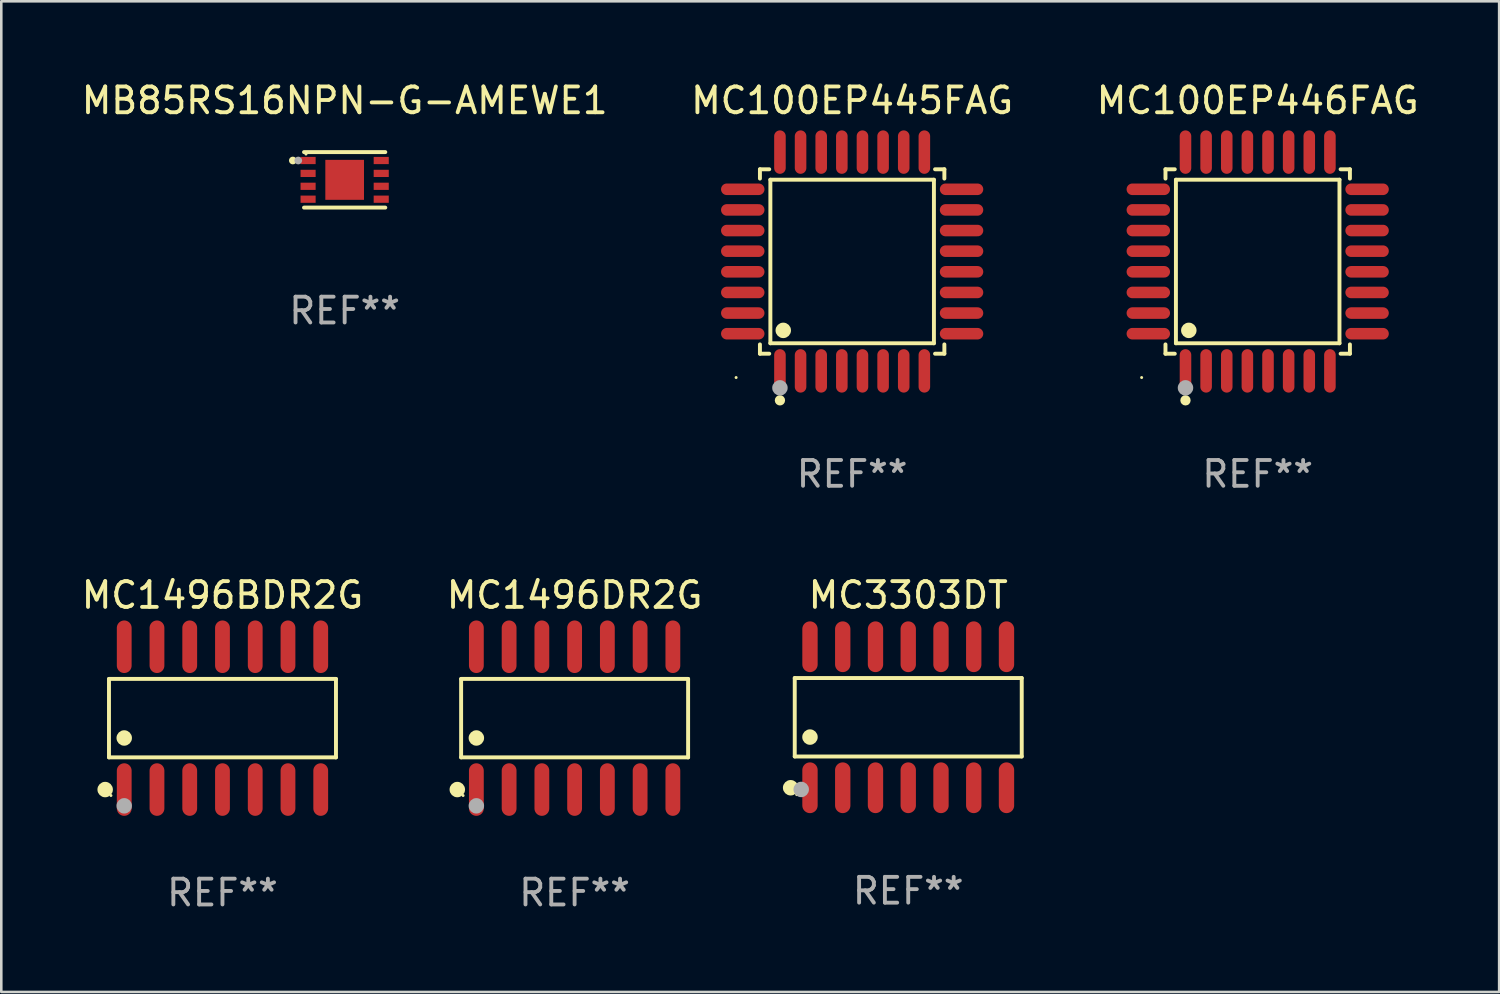
<source format=kicad_pcb>
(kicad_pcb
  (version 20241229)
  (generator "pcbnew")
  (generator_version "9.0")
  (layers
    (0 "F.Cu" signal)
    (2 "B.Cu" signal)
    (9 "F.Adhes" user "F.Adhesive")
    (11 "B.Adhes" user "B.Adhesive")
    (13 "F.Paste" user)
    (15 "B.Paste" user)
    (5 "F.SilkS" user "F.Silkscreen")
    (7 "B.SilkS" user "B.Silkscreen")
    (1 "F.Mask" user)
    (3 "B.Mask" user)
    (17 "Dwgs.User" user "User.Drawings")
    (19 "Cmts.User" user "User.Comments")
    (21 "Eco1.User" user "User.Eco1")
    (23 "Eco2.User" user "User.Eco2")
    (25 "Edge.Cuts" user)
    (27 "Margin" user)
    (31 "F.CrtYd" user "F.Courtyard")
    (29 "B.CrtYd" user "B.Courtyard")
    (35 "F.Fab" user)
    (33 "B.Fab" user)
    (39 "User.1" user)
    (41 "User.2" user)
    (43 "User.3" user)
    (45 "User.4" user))
  (footprint "MC3303DT"
    (layer "F.Cu")
    (at 32.169 24.763)
    (property "Reference" "MC3303DT" (at 0 -4.734 0) (layer "F.SilkS") (effects (font (size 1 1) (thickness 0.15))))
    (attr through_hole)
    (fp_line (start -4.401 -1.521) (end 4.401 -1.521) (stroke (width 0.152) (type solid)) (layer "F.SilkS"))
    (fp_line (start -4.401 1.521) (end -4.401 -1.521) (stroke (width 0.152) (type solid)) (layer "F.SilkS"))
    (fp_line (start 4.401 -1.521) (end 4.401 1.521) (stroke (width 0.152) (type solid)) (layer "F.SilkS"))
    (fp_line (start 4.401 1.521) (end -4.401 1.521) (stroke (width 0.152) (type solid)) (layer "F.SilkS"))
    (fp_circle (center -4.56 2.734) (end -4.41 2.734) (stroke (width 0.3) (type solid)) (fill no) (layer "F.SilkS"))
    (fp_circle (center -4.325 3) (end -4.295 3) (stroke (width 0.06) (type solid)) (fill no) (layer "F.SilkS"))
    (fp_circle (center -3.81 0.769) (end -3.66 0.769) (stroke (width 0.3) (type solid)) (fill no) (layer "F.SilkS"))
    (fp_circle (center -4.15 2.8) (end -4 2.8) (stroke (width 0.3) (type solid)) (fill no) (layer "F.Fab"))
    (fp_text user "REF**" (at 0 6.734 0) (layer "F.Fab") (effects (font (size 1 1) (thickness 0.15))))
    (pad "1" smd oval (at -3.81 2.734) (size 0.595 1.968) (layers "F.Cu" "F.Mask" "F.Paste"))
    (pad "2" smd oval (at -2.54 2.734) (size 0.595 1.968) (layers "F.Cu" "F.Mask" "F.Paste"))
    (pad "3" smd oval (at -1.27 2.734) (size 0.595 1.968) (layers "F.Cu" "F.Mask" "F.Paste"))
    (pad "4" smd oval (at 0 2.734) (size 0.595 1.968) (layers "F.Cu" "F.Mask" "F.Paste"))
    (pad "5" smd oval (at 1.27 2.734) (size 0.595 1.968) (layers "F.Cu" "F.Mask" "F.Paste"))
    (pad "6" smd oval (at 2.54 2.734) (size 0.595 1.968) (layers "F.Cu" "F.Mask" "F.Paste"))
    (pad "7" smd oval (at 3.81 2.734) (size 0.595 1.968) (layers "F.Cu" "F.Mask" "F.Paste"))
    (pad "8" smd oval (at 3.81 -2.734) (size 0.595 1.968) (layers "F.Cu" "F.Mask" "F.Paste"))
    (pad "9" smd oval (at 2.54 -2.734) (size 0.595 1.968) (layers "F.Cu" "F.Mask" "F.Paste"))
    (pad "10" smd oval (at 1.27 -2.734) (size 0.595 1.968) (layers "F.Cu" "F.Mask" "F.Paste"))
    (pad "11" smd oval (at 0 -2.734) (size 0.595 1.968) (layers "F.Cu" "F.Mask" "F.Paste"))
    (pad "12" smd oval (at -1.27 -2.734) (size 0.595 1.968) (layers "F.Cu" "F.Mask" "F.Paste"))
    (pad "13" smd oval (at -2.54 -2.734) (size 0.595 1.968) (layers "F.Cu" "F.Mask" "F.Paste"))
    (pad "14" smd oval (at -3.81 -2.734) (size 0.595 1.968) (layers "F.Cu" "F.Mask" "F.Paste")))
  (footprint "MC100EP445FAG"
    (layer "F.Cu")
    (at 29.994 7.09)
    (property "Reference" "MC100EP445FAG" (at 0 -6.242 0) (layer "F.SilkS") (effects (font (size 1 1) (thickness 0.15))))
    (attr through_hole)
    (fp_line (start -3.576 -3.576) (end -3.215 -3.576) (stroke (width 0.152) (type solid)) (layer "F.SilkS"))
    (fp_line (start -3.576 -3.215) (end -3.576 -3.576) (stroke (width 0.152) (type solid)) (layer "F.SilkS"))
    (fp_line (start -3.576 3.215) (end -3.576 3.576) (stroke (width 0.152) (type solid)) (layer "F.SilkS"))
    (fp_line (start -3.576 3.576) (end -3.215 3.576) (stroke (width 0.152) (type solid)) (layer "F.SilkS"))
    (fp_line (start -3.171 -3.171) (end 3.171 -3.171) (stroke (width 0.152) (type solid)) (layer "F.SilkS"))
    (fp_line (start -3.171 3.171) (end -3.171 -3.171) (stroke (width 0.152) (type solid)) (layer "F.SilkS"))
    (fp_line (start 3.171 -3.171) (end 3.171 3.171) (stroke (width 0.152) (type solid)) (layer "F.SilkS"))
    (fp_line (start 3.171 3.171) (end -3.171 3.171) (stroke (width 0.152) (type solid)) (layer "F.SilkS"))
    (fp_line (start 3.576 -3.576) (end 3.215 -3.576) (stroke (width 0.152) (type solid)) (layer "F.SilkS"))
    (fp_line (start 3.576 -3.215) (end 3.576 -3.576) (stroke (width 0.152) (type solid)) (layer "F.SilkS"))
    (fp_line (start 3.576 3.215) (end 3.576 3.576) (stroke (width 0.152) (type solid)) (layer "F.SilkS"))
    (fp_line (start 3.576 3.576) (end 3.215 3.576) (stroke (width 0.152) (type solid)) (layer "F.SilkS"))
    (fp_circle (center -4.5 4.5) (end -4.47 4.5) (stroke (width 0.06) (type solid)) (fill no) (layer "F.SilkS"))
    (fp_circle (center -2.8 5.384) (end -2.7 5.384) (stroke (width 0.2) (type solid)) (fill no) (layer "F.SilkS"))
    (fp_circle (center -2.671 2.671) (end -2.521 2.671) (stroke (width 0.3) (type solid)) (fill no) (layer "F.SilkS"))
    (fp_circle (center -2.8 4.9) (end -2.65 4.9) (stroke (width 0.3) (type solid)) (fill no) (layer "F.Fab"))
    (fp_text user "REF**" (at 0 8.242 0) (layer "F.Fab") (effects (font (size 1 1) (thickness 0.15))))
    (pad "1" smd oval (at -2.8 4.242) (size 0.448 1.684) (layers "F.Cu" "F.Mask" "F.Paste"))
    (pad "2" smd oval (at -2 4.242) (size 0.448 1.684) (layers "F.Cu" "F.Mask" "F.Paste"))
    (pad "3" smd oval (at -1.2 4.242) (size 0.448 1.684) (layers "F.Cu" "F.Mask" "F.Paste"))
    (pad "4" smd oval (at -0.4 4.242) (size 0.448 1.684) (layers "F.Cu" "F.Mask" "F.Paste"))
    (pad "5" smd oval (at 0.4 4.242) (size 0.448 1.684) (layers "F.Cu" "F.Mask" "F.Paste"))
    (pad "6" smd oval (at 1.2 4.242) (size 0.448 1.684) (layers "F.Cu" "F.Mask" "F.Paste"))
    (pad "7" smd oval (at 2 4.242) (size 0.448 1.684) (layers "F.Cu" "F.Mask" "F.Paste"))
    (pad "8" smd oval (at 2.8 4.242) (size 0.448 1.684) (layers "F.Cu" "F.Mask" "F.Paste"))
    (pad "9" smd oval (at 4.242 2.8) (size 1.684 0.448) (layers "F.Cu" "F.Mask" "F.Paste"))
    (pad "10" smd oval (at 4.242 2) (size 1.684 0.448) (layers "F.Cu" "F.Mask" "F.Paste"))
    (pad "11" smd oval (at 4.242 1.2) (size 1.684 0.448) (layers "F.Cu" "F.Mask" "F.Paste"))
    (pad "12" smd oval (at 4.242 0.4) (size 1.684 0.448) (layers "F.Cu" "F.Mask" "F.Paste"))
    (pad "13" smd oval (at 4.242 -0.4) (size 1.684 0.448) (layers "F.Cu" "F.Mask" "F.Paste"))
    (pad "14" smd oval (at 4.242 -1.2) (size 1.684 0.448) (layers "F.Cu" "F.Mask" "F.Paste"))
    (pad "15" smd oval (at 4.242 -2) (size 1.684 0.448) (layers "F.Cu" "F.Mask" "F.Paste"))
    (pad "16" smd oval (at 4.242 -2.8) (size 1.684 0.448) (layers "F.Cu" "F.Mask" "F.Paste"))
    (pad "17" smd oval (at 2.8 -4.242) (size 0.448 1.684) (layers "F.Cu" "F.Mask" "F.Paste"))
    (pad "18" smd oval (at 2 -4.242) (size 0.448 1.684) (layers "F.Cu" "F.Mask" "F.Paste"))
    (pad "19" smd oval (at 1.2 -4.242) (size 0.448 1.684) (layers "F.Cu" "F.Mask" "F.Paste"))
    (pad "20" smd oval (at 0.4 -4.242) (size 0.448 1.684) (layers "F.Cu" "F.Mask" "F.Paste"))
    (pad "21" smd oval (at -0.4 -4.242) (size 0.448 1.684) (layers "F.Cu" "F.Mask" "F.Paste"))
    (pad "22" smd oval (at -1.2 -4.242) (size 0.448 1.684) (layers "F.Cu" "F.Mask" "F.Paste"))
    (pad "23" smd oval (at -2 -4.242) (size 0.448 1.684) (layers "F.Cu" "F.Mask" "F.Paste"))
    (pad "24" smd oval (at -2.8 -4.242) (size 0.448 1.684) (layers "F.Cu" "F.Mask" "F.Paste"))
    (pad "25" smd oval (at -4.242 -2.8) (size 1.684 0.448) (layers "F.Cu" "F.Mask" "F.Paste"))
    (pad "26" smd oval (at -4.242 -2) (size 1.684 0.448) (layers "F.Cu" "F.Mask" "F.Paste"))
    (pad "27" smd oval (at -4.242 -1.2) (size 1.684 0.448) (layers "F.Cu" "F.Mask" "F.Paste"))
    (pad "28" smd oval (at -4.242 -0.4) (size 1.684 0.448) (layers "F.Cu" "F.Mask" "F.Paste"))
    (pad "29" smd oval (at -4.242 0.4) (size 1.684 0.448) (layers "F.Cu" "F.Mask" "F.Paste"))
    (pad "30" smd oval (at -4.242 1.2) (size 1.684 0.448) (layers "F.Cu" "F.Mask" "F.Paste"))
    (pad "31" smd oval (at -4.242 2) (size 1.684 0.448) (layers "F.Cu" "F.Mask" "F.Paste"))
    (pad "32" smd oval (at -4.242 2.8) (size 1.684 0.448) (layers "F.Cu" "F.Mask" "F.Paste")))
  (footprint "MC100EP446FAG"
    (layer "F.Cu")
    (at 45.72 7.09)
    (property "Reference" "MC100EP446FAG" (at 0 -6.242 0) (layer "F.SilkS") (effects (font (size 1 1) (thickness 0.15))))
    (attr through_hole)
    (fp_line (start -3.576 -3.576) (end -3.215 -3.576) (stroke (width 0.152) (type solid)) (layer "F.SilkS"))
    (fp_line (start -3.576 -3.215) (end -3.576 -3.576) (stroke (width 0.152) (type solid)) (layer "F.SilkS"))
    (fp_line (start -3.576 3.215) (end -3.576 3.576) (stroke (width 0.152) (type solid)) (layer "F.SilkS"))
    (fp_line (start -3.576 3.576) (end -3.215 3.576) (stroke (width 0.152) (type solid)) (layer "F.SilkS"))
    (fp_line (start -3.171 -3.171) (end 3.171 -3.171) (stroke (width 0.152) (type solid)) (layer "F.SilkS"))
    (fp_line (start -3.171 3.171) (end -3.171 -3.171) (stroke (width 0.152) (type solid)) (layer "F.SilkS"))
    (fp_line (start 3.171 -3.171) (end 3.171 3.171) (stroke (width 0.152) (type solid)) (layer "F.SilkS"))
    (fp_line (start 3.171 3.171) (end -3.171 3.171) (stroke (width 0.152) (type solid)) (layer "F.SilkS"))
    (fp_line (start 3.576 -3.576) (end 3.215 -3.576) (stroke (width 0.152) (type solid)) (layer "F.SilkS"))
    (fp_line (start 3.576 -3.215) (end 3.576 -3.576) (stroke (width 0.152) (type solid)) (layer "F.SilkS"))
    (fp_line (start 3.576 3.215) (end 3.576 3.576) (stroke (width 0.152) (type solid)) (layer "F.SilkS"))
    (fp_line (start 3.576 3.576) (end 3.215 3.576) (stroke (width 0.152) (type solid)) (layer "F.SilkS"))
    (fp_circle (center -4.5 4.5) (end -4.47 4.5) (stroke (width 0.06) (type solid)) (fill no) (layer "F.SilkS"))
    (fp_circle (center -2.8 5.384) (end -2.7 5.384) (stroke (width 0.2) (type solid)) (fill no) (layer "F.SilkS"))
    (fp_circle (center -2.671 2.671) (end -2.521 2.671) (stroke (width 0.3) (type solid)) (fill no) (layer "F.SilkS"))
    (fp_circle (center -2.8 4.9) (end -2.65 4.9) (stroke (width 0.3) (type solid)) (fill no) (layer "F.Fab"))
    (fp_text user "REF**" (at 0 8.242 0) (layer "F.Fab") (effects (font (size 1 1) (thickness 0.15))))
    (pad "1" smd oval (at -2.8 4.242) (size 0.448 1.684) (layers "F.Cu" "F.Mask" "F.Paste"))
    (pad "2" smd oval (at -2 4.242) (size 0.448 1.684) (layers "F.Cu" "F.Mask" "F.Paste"))
    (pad "3" smd oval (at -1.2 4.242) (size 0.448 1.684) (layers "F.Cu" "F.Mask" "F.Paste"))
    (pad "4" smd oval (at -0.4 4.242) (size 0.448 1.684) (layers "F.Cu" "F.Mask" "F.Paste"))
    (pad "5" smd oval (at 0.4 4.242) (size 0.448 1.684) (layers "F.Cu" "F.Mask" "F.Paste"))
    (pad "6" smd oval (at 1.2 4.242) (size 0.448 1.684) (layers "F.Cu" "F.Mask" "F.Paste"))
    (pad "7" smd oval (at 2 4.242) (size 0.448 1.684) (layers "F.Cu" "F.Mask" "F.Paste"))
    (pad "8" smd oval (at 2.8 4.242) (size 0.448 1.684) (layers "F.Cu" "F.Mask" "F.Paste"))
    (pad "9" smd oval (at 4.242 2.8) (size 1.684 0.448) (layers "F.Cu" "F.Mask" "F.Paste"))
    (pad "10" smd oval (at 4.242 2) (size 1.684 0.448) (layers "F.Cu" "F.Mask" "F.Paste"))
    (pad "11" smd oval (at 4.242 1.2) (size 1.684 0.448) (layers "F.Cu" "F.Mask" "F.Paste"))
    (pad "12" smd oval (at 4.242 0.4) (size 1.684 0.448) (layers "F.Cu" "F.Mask" "F.Paste"))
    (pad "13" smd oval (at 4.242 -0.4) (size 1.684 0.448) (layers "F.Cu" "F.Mask" "F.Paste"))
    (pad "14" smd oval (at 4.242 -1.2) (size 1.684 0.448) (layers "F.Cu" "F.Mask" "F.Paste"))
    (pad "15" smd oval (at 4.242 -2) (size 1.684 0.448) (layers "F.Cu" "F.Mask" "F.Paste"))
    (pad "16" smd oval (at 4.242 -2.8) (size 1.684 0.448) (layers "F.Cu" "F.Mask" "F.Paste"))
    (pad "17" smd oval (at 2.8 -4.242) (size 0.448 1.684) (layers "F.Cu" "F.Mask" "F.Paste"))
    (pad "18" smd oval (at 2 -4.242) (size 0.448 1.684) (layers "F.Cu" "F.Mask" "F.Paste"))
    (pad "19" smd oval (at 1.2 -4.242) (size 0.448 1.684) (layers "F.Cu" "F.Mask" "F.Paste"))
    (pad "20" smd oval (at 0.4 -4.242) (size 0.448 1.684) (layers "F.Cu" "F.Mask" "F.Paste"))
    (pad "21" smd oval (at -0.4 -4.242) (size 0.448 1.684) (layers "F.Cu" "F.Mask" "F.Paste"))
    (pad "22" smd oval (at -1.2 -4.242) (size 0.448 1.684) (layers "F.Cu" "F.Mask" "F.Paste"))
    (pad "23" smd oval (at -2 -4.242) (size 0.448 1.684) (layers "F.Cu" "F.Mask" "F.Paste"))
    (pad "24" smd oval (at -2.8 -4.242) (size 0.448 1.684) (layers "F.Cu" "F.Mask" "F.Paste"))
    (pad "25" smd oval (at -4.242 -2.8) (size 1.684 0.448) (layers "F.Cu" "F.Mask" "F.Paste"))
    (pad "26" smd oval (at -4.242 -2) (size 1.684 0.448) (layers "F.Cu" "F.Mask" "F.Paste"))
    (pad "27" smd oval (at -4.242 -1.2) (size 1.684 0.448) (layers "F.Cu" "F.Mask" "F.Paste"))
    (pad "28" smd oval (at -4.242 -0.4) (size 1.684 0.448) (layers "F.Cu" "F.Mask" "F.Paste"))
    (pad "29" smd oval (at -4.242 0.4) (size 1.684 0.448) (layers "F.Cu" "F.Mask" "F.Paste"))
    (pad "30" smd oval (at -4.242 1.2) (size 1.684 0.448) (layers "F.Cu" "F.Mask" "F.Paste"))
    (pad "31" smd oval (at -4.242 2) (size 1.684 0.448) (layers "F.Cu" "F.Mask" "F.Paste"))
    (pad "32" smd oval (at -4.242 2.8) (size 1.684 0.448) (layers "F.Cu" "F.Mask" "F.Paste")))
  (footprint "MC1496DR2G"
    (layer "F.Cu")
    (at 19.232 24.798)
    (property "Reference" "MC1496DR2G" (at 0 -4.769 0) (layer "F.SilkS") (effects (font (size 1 1) (thickness 0.15))))
    (attr through_hole)
    (fp_line (start -4.401 -1.521) (end 4.401 -1.521) (stroke (width 0.152) (type solid)) (layer "F.SilkS"))
    (fp_line (start -4.401 1.521) (end -4.401 -1.521) (stroke (width 0.152) (type solid)) (layer "F.SilkS"))
    (fp_line (start 4.401 -1.521) (end 4.401 1.521) (stroke (width 0.152) (type solid)) (layer "F.SilkS"))
    (fp_line (start 4.401 1.521) (end -4.401 1.521) (stroke (width 0.152) (type solid)) (layer "F.SilkS"))
    (fp_circle (center -4.549 2.769) (end -4.399 2.769) (stroke (width 0.3) (type solid)) (fill no) (layer "F.SilkS"))
    (fp_circle (center -4.325 3) (end -4.295 3) (stroke (width 0.06) (type solid)) (fill no) (layer "F.SilkS"))
    (fp_circle (center -3.81 0.769) (end -3.66 0.769) (stroke (width 0.3) (type solid)) (fill no) (layer "F.SilkS"))
    (fp_circle (center -3.81 3.4) (end -3.66 3.4) (stroke (width 0.3) (type solid)) (fill no) (layer "F.Fab"))
    (fp_text user "REF**" (at 0 6.769 0) (layer "F.Fab") (effects (font (size 1 1) (thickness 0.15))))
    (pad "1" smd oval (at -3.81 2.769) (size 0.574 2.038) (layers "F.Cu" "F.Mask" "F.Paste"))
    (pad "2" smd oval (at -2.54 2.769) (size 0.574 2.038) (layers "F.Cu" "F.Mask" "F.Paste"))
    (pad "3" smd oval (at -1.27 2.769) (size 0.574 2.038) (layers "F.Cu" "F.Mask" "F.Paste"))
    (pad "4" smd oval (at 0 2.769) (size 0.574 2.038) (layers "F.Cu" "F.Mask" "F.Paste"))
    (pad "5" smd oval (at 1.27 2.769) (size 0.574 2.038) (layers "F.Cu" "F.Mask" "F.Paste"))
    (pad "6" smd oval (at 2.54 2.769) (size 0.574 2.038) (layers "F.Cu" "F.Mask" "F.Paste"))
    (pad "7" smd oval (at 3.81 2.769) (size 0.574 2.038) (layers "F.Cu" "F.Mask" "F.Paste"))
    (pad "8" smd oval (at 3.81 -2.769) (size 0.574 2.038) (layers "F.Cu" "F.Mask" "F.Paste"))
    (pad "9" smd oval (at 2.54 -2.769) (size 0.574 2.038) (layers "F.Cu" "F.Mask" "F.Paste"))
    (pad "10" smd oval (at 1.27 -2.769) (size 0.574 2.038) (layers "F.Cu" "F.Mask" "F.Paste"))
    (pad "11" smd oval (at 0 -2.769) (size 0.574 2.038) (layers "F.Cu" "F.Mask" "F.Paste"))
    (pad "12" smd oval (at -1.27 -2.769) (size 0.574 2.038) (layers "F.Cu" "F.Mask" "F.Paste"))
    (pad "13" smd oval (at -2.54 -2.769) (size 0.574 2.038) (layers "F.Cu" "F.Mask" "F.Paste"))
    (pad "14" smd oval (at -3.81 -2.769) (size 0.574 2.038) (layers "F.Cu" "F.Mask" "F.Paste")))
  (footprint "MB85RS16NPN-G-AMEWE1"
    (layer "F.Cu")
    (at 10.315 3.924)
    (property "Reference" "MB85RS16NPN-G-AMEWE1" (at 0 -3.076 0) (layer "F.SilkS") (effects (font (size 1 1) (thickness 0.15))))
    (attr through_hole)
    (fp_line (start -1.576 -1.076) (end 1.576 -1.076) (stroke (width 0.152) (type solid)) (layer "F.SilkS"))
    (fp_line (start -1.576 1.076) (end 1.576 1.076) (stroke (width 0.152) (type solid)) (layer "F.SilkS"))
    (fp_circle (center -2.01 -0.75) (end -1.935 -0.75) (stroke (width 0.15) (type solid)) (fill no) (layer "F.SilkS"))
    (fp_circle (center -1.5 -1) (end -1.47 -1) (stroke (width 0.06) (type solid)) (fill no) (layer "F.SilkS"))
    (fp_circle (center -1.8 -0.75) (end -1.725 -0.75) (stroke (width 0.15) (type solid)) (fill no) (layer "F.Fab"))
    (fp_text user "REF**" (at 0 5.076 0) (layer "F.Fab") (effects (font (size 1 1) (thickness 0.15))))
    (pad "1" smd rect (at -1.418 -0.75) (size 0.585 0.28) (layers "F.Cu" "F.Mask" "F.Paste"))
    (pad "2" smd rect (at -1.418 -0.25) (size 0.585 0.28) (layers "F.Cu" "F.Mask" "F.Paste"))
    (pad "3" smd rect (at -1.418 0.25) (size 0.585 0.28) (layers "F.Cu" "F.Mask" "F.Paste"))
    (pad "4" smd rect (at -1.418 0.75) (size 0.585 0.28) (layers "F.Cu" "F.Mask" "F.Paste"))
    (pad "5" smd rect (at 1.418 0.75) (size 0.585 0.28) (layers "F.Cu" "F.Mask" "F.Paste"))
    (pad "6" smd rect (at 1.418 0.25) (size 0.585 0.28) (layers "F.Cu" "F.Mask" "F.Paste"))
    (pad "7" smd rect (at 1.418 -0.25) (size 0.585 0.28) (layers "F.Cu" "F.Mask" "F.Paste"))
    (pad "8" smd rect (at 1.418 -0.75) (size 0.585 0.28) (layers "F.Cu" "F.Mask" "F.Paste"))
    (pad "9" smd rect (at 0 0) (size 1.5 1.55) (layers "F.Cu" "F.Mask" "F.Paste")))
  (footprint "MC1496BDR2G"
    (layer "F.Cu")
    (at 5.577 24.798)
    (property "Reference" "MC1496BDR2G" (at 0 -4.769 0) (layer "F.SilkS") (effects (font (size 1 1) (thickness 0.15))))
    (attr through_hole)
    (fp_line (start -4.401 -1.521) (end 4.401 -1.521) (stroke (width 0.152) (type solid)) (layer "F.SilkS"))
    (fp_line (start -4.401 1.521) (end -4.401 -1.521) (stroke (width 0.152) (type solid)) (layer "F.SilkS"))
    (fp_line (start 4.401 -1.521) (end 4.401 1.521) (stroke (width 0.152) (type solid)) (layer "F.SilkS"))
    (fp_line (start 4.401 1.521) (end -4.401 1.521) (stroke (width 0.152) (type solid)) (layer "F.SilkS"))
    (fp_circle (center -4.549 2.769) (end -4.399 2.769) (stroke (width 0.3) (type solid)) (fill no) (layer "F.SilkS"))
    (fp_circle (center -4.325 3) (end -4.295 3) (stroke (width 0.06) (type solid)) (fill no) (layer "F.SilkS"))
    (fp_circle (center -3.81 0.769) (end -3.66 0.769) (stroke (width 0.3) (type solid)) (fill no) (layer "F.SilkS"))
    (fp_circle (center -3.81 3.4) (end -3.66 3.4) (stroke (width 0.3) (type solid)) (fill no) (layer "F.Fab"))
    (fp_text user "REF**" (at 0 6.769 0) (layer "F.Fab") (effects (font (size 1 1) (thickness 0.15))))
    (pad "1" smd oval (at -3.81 2.769) (size 0.574 2.038) (layers "F.Cu" "F.Mask" "F.Paste"))
    (pad "2" smd oval (at -2.54 2.769) (size 0.574 2.038) (layers "F.Cu" "F.Mask" "F.Paste"))
    (pad "3" smd oval (at -1.27 2.769) (size 0.574 2.038) (layers "F.Cu" "F.Mask" "F.Paste"))
    (pad "4" smd oval (at 0 2.769) (size 0.574 2.038) (layers "F.Cu" "F.Mask" "F.Paste"))
    (pad "5" smd oval (at 1.27 2.769) (size 0.574 2.038) (layers "F.Cu" "F.Mask" "F.Paste"))
    (pad "6" smd oval (at 2.54 2.769) (size 0.574 2.038) (layers "F.Cu" "F.Mask" "F.Paste"))
    (pad "7" smd oval (at 3.81 2.769) (size 0.574 2.038) (layers "F.Cu" "F.Mask" "F.Paste"))
    (pad "8" smd oval (at 3.81 -2.769) (size 0.574 2.038) (layers "F.Cu" "F.Mask" "F.Paste"))
    (pad "9" smd oval (at 2.54 -2.769) (size 0.574 2.038) (layers "F.Cu" "F.Mask" "F.Paste"))
    (pad "10" smd oval (at 1.27 -2.769) (size 0.574 2.038) (layers "F.Cu" "F.Mask" "F.Paste"))
    (pad "11" smd oval (at 0 -2.769) (size 0.574 2.038) (layers "F.Cu" "F.Mask" "F.Paste"))
    (pad "12" smd oval (at -1.27 -2.769) (size 0.574 2.038) (layers "F.Cu" "F.Mask" "F.Paste"))
    (pad "13" smd oval (at -2.54 -2.769) (size 0.574 2.038) (layers "F.Cu" "F.Mask" "F.Paste"))
    (pad "14" smd oval (at -3.81 -2.769) (size 0.574 2.038) (layers "F.Cu" "F.Mask" "F.Paste")))
  (gr_rect
    (start -3 -3)
    (end 55.083 35.415)
    (stroke (width 0.1) (type default))
    (fill no)
    (layer "Edge.Cuts")))
</source>
